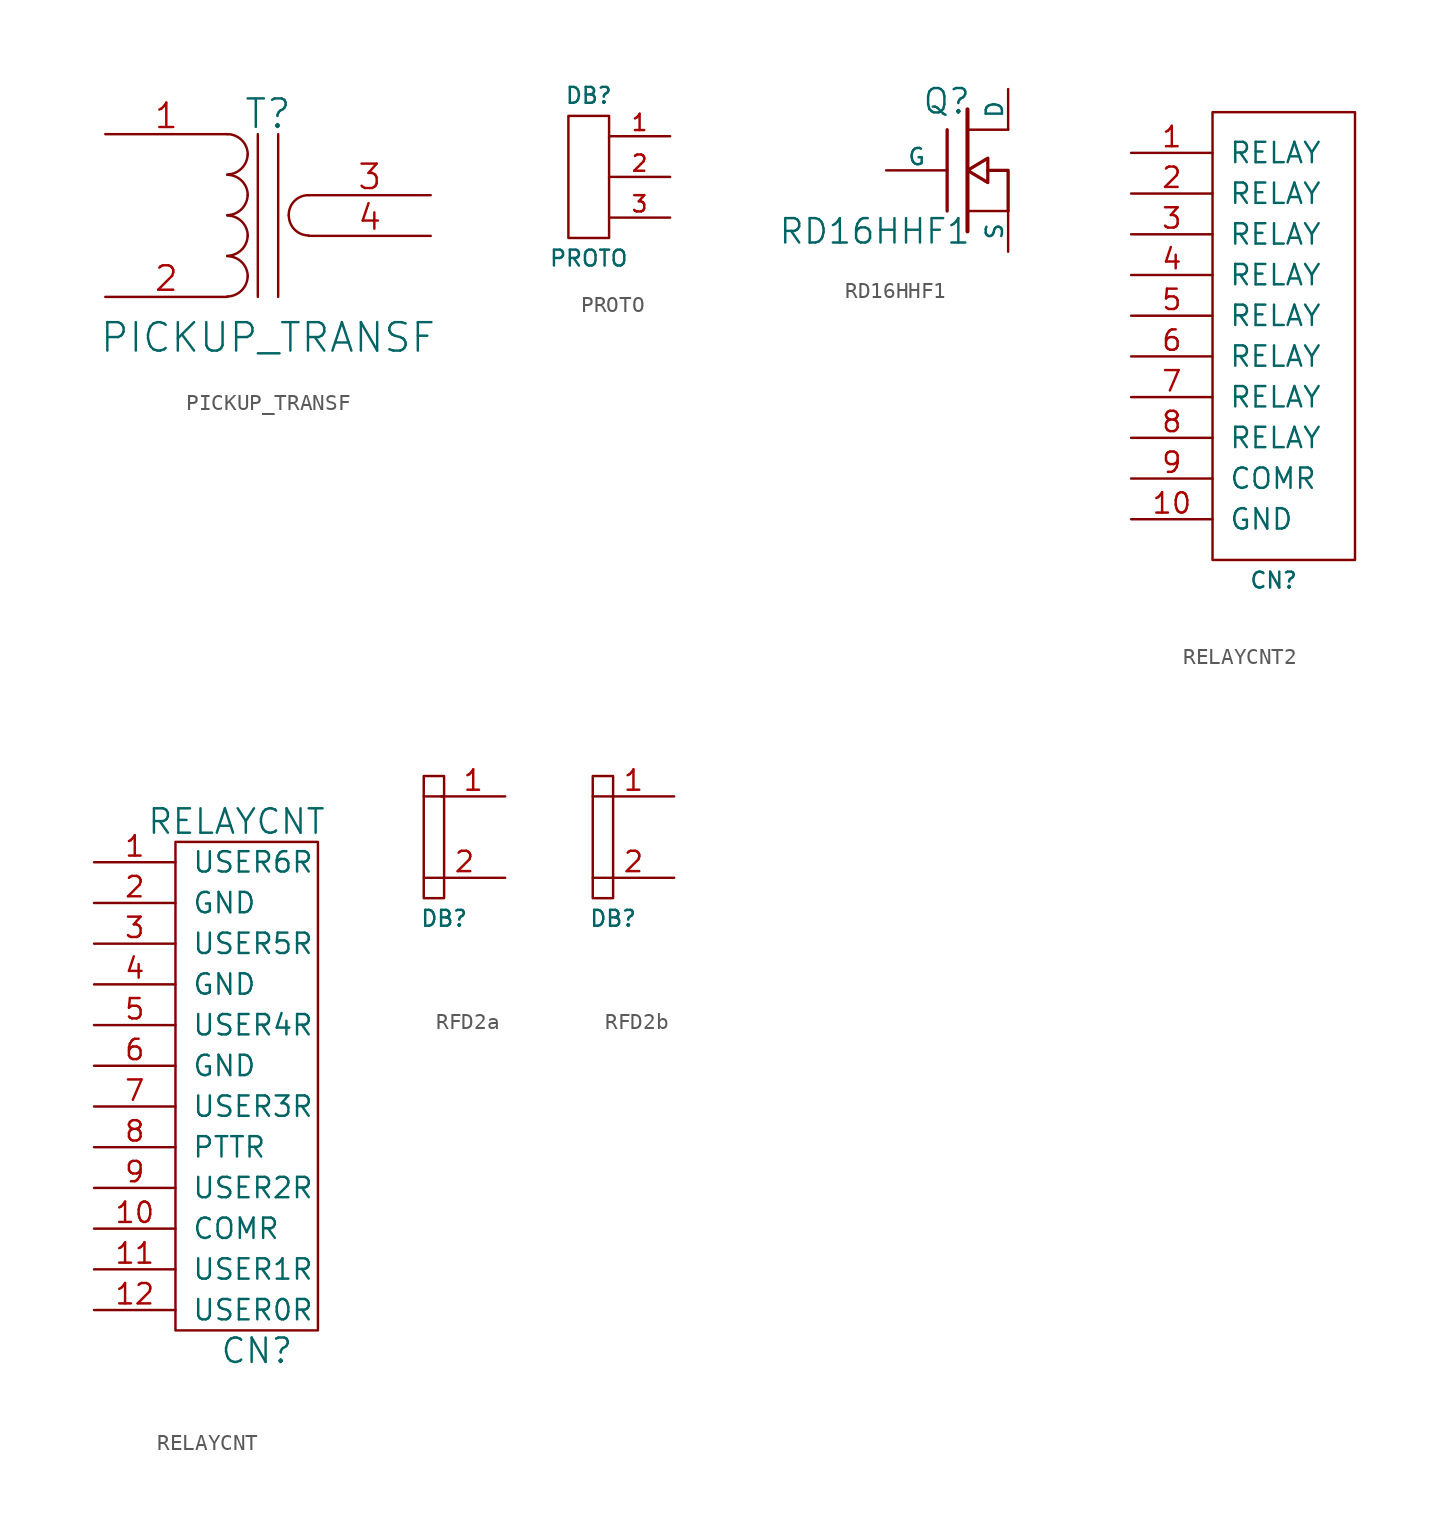
<source format=kicad_sym>
(kicad_symbol_lib
  (version 20220914)
  (generator kicad_symbol_editor)
  (symbol "PICKUP_TRANSF"
    (pin_names
      (offset 1.016) hide)
    (property "Reference" "T"
      (at 0 6.35 0)
      (effects (font (size 1.778 1.778))))
    (property "Value" "PICKUP_TRANSF"
      (at 0 -7.62 0)
      (effects (font (size 1.778 1.778))))
    (property "Footprint" ""
      (at 0 0 0)
      (effects (font (size 1.524 1.524))))
    (property "Datasheet" ""
      (at 0 0 0)
      (effects (font (size 1.524 1.524))))
    (symbol "PICKUP_TRANSF_0_1"
      (arc (start -2.54 -5.0546) (mid -1.6599 -4.6901) (end -1.27 -3.81) (stroke (width 0) (type solid)) (fill (type none)))
      (arc (start -2.54 -2.5146) (mid -1.6599 -2.1501) (end -1.27 -1.27) (stroke (width 0) (type solid)) (fill (type none)))
      (arc (start -2.54 0.0254) (mid -1.6599 0.3899) (end -1.27 1.27) (stroke (width 0) (type solid)) (fill (type none)))
      (arc (start -2.54 2.5654) (mid -1.6599 2.9299) (end -1.27 3.81) (stroke (width 0) (type solid)) (fill (type none)))
      (arc (start -1.27 -3.81) (mid -1.642 -2.912) (end -2.54 -2.54) (stroke (width 0) (type solid)) (fill (type none)))
      (arc (start -1.27 -1.27) (mid -1.642 -0.372) (end -2.54 0) (stroke (width 0) (type solid)) (fill (type none)))
      (arc (start -1.27 1.27) (mid -1.642 2.168) (end -2.54 2.54) (stroke (width 0) (type solid)) (fill (type none)))
      (arc (start -1.27 3.81) (mid -1.642 4.708) (end -2.54 5.08) (stroke (width 0) (type solid)) (fill (type none)))
      (polyline (pts (xy -0.635 5.08) (xy -0.635 -5.08)) (stroke (width 0) (type solid)) (fill (type none)))
      (polyline (pts (xy 0.635 -5.08) (xy 0.635 5.08)) (stroke (width 0) (type solid)) (fill (type none)))
      (arc (start 1.2954 0) (mid 1.6599 -0.8801) (end 2.54 -1.2446) (stroke (width 0) (type solid)) (fill (type none)))
      (arc (start 2.54 1.27) (mid 1.642 0.898) (end 1.2954 0) (stroke (width 0) (type solid)) (fill (type none))))
    (symbol "PICKUP_TRANSF_1_1"
      (pin passive line (at -10.16 5.08 0) (length 7.62) (name "AA" (effects (font (size 1.524 1.524)))) (number "1" (effects (font (size 1.524 1.524)))))
      (pin passive line (at -10.16 -5.08 0) (length 7.62) (name "AB" (effects (font (size 1.524 1.524)))) (number "2" (effects (font (size 1.524 1.524)))))
      (pin passive line (at 10.16 1.27 180) (length 7.62) (name "SB" (effects (font (size 1.524 1.524)))) (number "3" (effects (font (size 1.524 1.524)))))
      (pin passive line (at 10.16 -1.27 180) (length 7.62) (name "SA" (effects (font (size 1.524 1.524)))) (number "4" (effects (font (size 1.524 1.524)))))))
  (symbol "PROTO"
    (pin_names
      (offset 1.016))
    (property "Reference" "DB"
      (at -1.27 8.89 0)
      (effects (font (size 0.991 0.991))))
    (property "Value" "PROTO"
      (at -1.27 -1.27 0)
      (effects (font (size 0.991 0.991))))
    (symbol "PROTO_0_1"
      (rectangle (start -2.54 7.62) (end 0 0) (stroke (width 0) (type solid)) (fill (type none))))
    (symbol "PROTO_1_1"
      (pin passive line (at 3.81 6.35 180) (length 3.81) (name "~" (effects (font (size 1.016 1.016)))) (number "1" (effects (font (size 1.016 1.016)))))
      (pin passive line (at 3.81 3.81 180) (length 3.81) (name "~" (effects (font (size 1.016 1.016)))) (number "2" (effects (font (size 1.016 1.016)))))
      (pin passive line (at 3.81 1.27 180) (length 3.81) (name "~" (effects (font (size 1.016 1.016)))) (number "3" (effects (font (size 1.016 1.016)))))))
  (symbol "RD16HHF1"
    (pin_numbers hide)
    (pin_names
      (offset 0))
    (property "Reference" "Q"
      (at 0.254 4.318 0)
      (effects (font (size 1.524 1.524)) (justify right)))
    (property "Value" "RD16HHF1"
      (at 0.254 -3.81 0)
      (effects (font (size 1.524 1.524)) (justify right)))
    (property "Footprint" ""
      (at 0 0 0)
      (effects (font (size 1.524 1.524))))
    (property "Datasheet" ""
      (at 0 0 0)
      (effects (font (size 1.524 1.524))))
    (symbol "RD16HHF1_0_1"
      (polyline (pts (xy -1.27 -2.54) (xy -1.27 2.54)) (stroke (width 0.203) (type solid)) (fill (type none)))
      (polyline (pts (xy 0 -3.81) (xy 0 3.81)) (stroke (width 0.254) (type solid)) (fill (type none)))
      (polyline (pts (xy 2.54 -2.54) (xy 0 -2.54)) (stroke (width 0) (type solid)) (fill (type none)))
      (polyline (pts (xy 2.54 2.54) (xy 0 2.54)) (stroke (width 0) (type solid)) (fill (type none)))
      (polyline (pts (xy 2.54 -2.54) (xy 2.54 0) (xy 1.27 0)) (stroke (width 0.203) (type solid)) (fill (type none)))
      (polyline (pts (xy 1.27 0.762) (xy 1.27 -0.762) (xy 0 0) (xy 1.27 0.762) (xy 1.27 0.762)) (stroke (width 0.203) (type solid)) (fill (type none))))
    (symbol "RD16HHF1_1_1"
      (pin input line (at -5.08 0 0) (length 3.81) (name "G" (effects (font (size 1.016 1.016)))) (number "1" (effects (font (size 1.016 1.016)))))
      (pin passive line (at 2.54 -5.08 90) (length 2.54) (name "S" (effects (font (size 1.016 1.016)))) (number "2" (effects (font (size 1.016 1.016)))))
      (pin passive line (at 2.54 5.08 270) (length 2.54) (name "D" (effects (font (size 1.016 1.016)))) (number "3" (effects (font (size 1.016 1.016)))))))
  (symbol "RELAYCNT2"
    (pin_names
      (offset 1.016))
    (property "Reference" "CN"
      (at 3.81 -1.27 0)
      (effects (font (size 0.991 0.991))))
    (property "Footprint" ""
      (at 0 0 0)
      (effects (font (size 1.524 1.524))))
    (property "Datasheet" ""
      (at 0 0 0)
      (effects (font (size 1.524 1.524))))
    (symbol "RELAYCNT2_0_1"
      (rectangle (start 0 27.94) (end 8.89 0) (stroke (width 0) (type solid)) (fill (type none))))
    (symbol "RELAYCNT2_1_1"
      (pin input line (at -5.08 25.4 0) (length 5.08) (name "RELAY" (effects (font (size 1.27 1.27)))) (number "1" (effects (font (size 1.27 1.27)))))
      (pin input line (at -5.08 2.54 0) (length 5.08) (name "GND" (effects (font (size 1.27 1.27)))) (number "10" (effects (font (size 1.27 1.27)))))
      (pin input line (at -5.08 22.86 0) (length 5.08) (name "RELAY" (effects (font (size 1.27 1.27)))) (number "2" (effects (font (size 1.27 1.27)))))
      (pin input line (at -5.08 20.32 0) (length 5.08) (name "RELAY" (effects (font (size 1.27 1.27)))) (number "3" (effects (font (size 1.27 1.27)))))
      (pin input line (at -5.08 17.78 0) (length 5.08) (name "RELAY" (effects (font (size 1.27 1.27)))) (number "4" (effects (font (size 1.27 1.27)))))
      (pin input line (at -5.08 15.24 0) (length 5.08) (name "RELAY" (effects (font (size 1.27 1.27)))) (number "5" (effects (font (size 1.27 1.27)))))
      (pin input line (at -5.08 12.7 0) (length 5.08) (name "RELAY" (effects (font (size 1.27 1.27)))) (number "6" (effects (font (size 1.27 1.27)))))
      (pin input line (at -5.08 10.16 0) (length 5.08) (name "RELAY" (effects (font (size 1.27 1.27)))) (number "7" (effects (font (size 1.27 1.27)))))
      (pin input line (at -5.08 7.62 0) (length 5.08) (name "RELAY" (effects (font (size 1.27 1.27)))) (number "8" (effects (font (size 1.27 1.27)))))
      (pin input line (at -5.08 5.08 0) (length 5.08) (name "COMR" (effects (font (size 1.27 1.27)))) (number "9" (effects (font (size 1.27 1.27)))))))
  (symbol "RELAYCNT"
    (pin_names
      (offset 1.016))
    (property "Reference" "CN"
      (at 5.08 -16.51 0)
      (effects (font (size 1.524 1.524))))
    (property "Value" "RELAYCNT"
      (at 3.81 16.51 0)
      (effects (font (size 1.524 1.524))))
    (property "Footprint" ""
      (at 0 3.81 0)
      (effects (font (size 1.524 1.524))))
    (property "Datasheet" ""
      (at 0 3.81 0)
      (effects (font (size 1.524 1.524))))
    (symbol "RELAYCNT_0_1"
      (rectangle (start 8.89 -15.24) (end 0 15.24) (stroke (width 0) (type solid)) (fill (type none))))
    (symbol "RELAYCNT_1_1"
      (pin input line (at -5.08 13.97 0) (length 5.08) (name "USER6R" (effects (font (size 1.27 1.27)))) (number "1" (effects (font (size 1.27 1.27)))))
      (pin input line (at -5.08 -8.89 0) (length 5.08) (name "COMR" (effects (font (size 1.27 1.27)))) (number "10" (effects (font (size 1.27 1.27)))))
      (pin input line (at -5.08 -11.43 0) (length 5.08) (name "USER1R" (effects (font (size 1.27 1.27)))) (number "11" (effects (font (size 1.27 1.27)))))
      (pin input line (at -5.08 -13.97 0) (length 5.08) (name "USER0R" (effects (font (size 1.27 1.27)))) (number "12" (effects (font (size 1.27 1.27)))))
      (pin input line (at -5.08 11.43 0) (length 5.08) (name "GND" (effects (font (size 1.27 1.27)))) (number "2" (effects (font (size 1.27 1.27)))))
      (pin input line (at -5.08 8.89 0) (length 5.08) (name "USER5R" (effects (font (size 1.27 1.27)))) (number "3" (effects (font (size 1.27 1.27)))))
      (pin input line (at -5.08 6.35 0) (length 5.08) (name "GND" (effects (font (size 1.27 1.27)))) (number "4" (effects (font (size 1.27 1.27)))))
      (pin input line (at -5.08 3.81 0) (length 5.08) (name "USER4R" (effects (font (size 1.27 1.27)))) (number "5" (effects (font (size 1.27 1.27)))))
      (pin input line (at -5.08 1.27 0) (length 5.08) (name "GND" (effects (font (size 1.27 1.27)))) (number "6" (effects (font (size 1.27 1.27)))))
      (pin input line (at -5.08 -1.27 0) (length 5.08) (name "USER3R" (effects (font (size 1.27 1.27)))) (number "7" (effects (font (size 1.27 1.27)))))
      (pin input line (at -5.08 -3.81 0) (length 5.08) (name "PTTR" (effects (font (size 1.27 1.27)))) (number "8" (effects (font (size 1.27 1.27)))))
      (pin input line (at -5.08 -6.35 0) (length 5.08) (name "USER2R" (effects (font (size 1.27 1.27)))) (number "9" (effects (font (size 1.27 1.27)))))))
  (symbol "RFD2a"
    (pin_names
      (offset 1.016))
    (property "Reference" "DB"
      (at -1.27 -5.08 0)
      (effects (font (size 0.991 0.991))))
    (property "Footprint" ""
      (at 0 -8.89 0)
      (effects (font (size 1.524 1.524))))
    (property "Datasheet" ""
      (at 0 -8.89 0)
      (effects (font (size 1.524 1.524))))
    (symbol "RFD2a_0_1"
      (rectangle (start -2.54 3.81) (end -1.27 -3.81) (stroke (width 0) (type solid)) (fill (type none)))
      (polyline (pts (xy -2.54 2.54) (xy -1.27 2.54)) (stroke (width 0) (type solid)) (fill (type none))))
    (symbol "RFD2a_1_1"
      (pin input line (at 2.54 2.54 180) (length 3.988) (name "~" (effects (font (size 1.27 1.27)))) (number "1" (effects (font (size 1.27 1.27)))))
      (pin input line (at 2.54 -2.54 180) (length 5.08) (name "~" (effects (font (size 1.27 1.27)))) (number "2" (effects (font (size 1.27 1.27)))))))
  (symbol "RFD2b"
    (pin_names
      (offset 1.016))
    (property "Reference" "DB"
      (at -1.27 -5.08 0)
      (effects (font (size 0.991 0.991))))
    (property "Footprint" ""
      (at 0 -8.89 0)
      (effects (font (size 1.524 1.524))))
    (property "Datasheet" ""
      (at 0 -8.89 0)
      (effects (font (size 1.524 1.524))))
    (symbol "RFD2b_0_1"
      (rectangle (start -2.54 3.81) (end -1.27 -3.81) (stroke (width 0) (type solid)) (fill (type none))))
    (symbol "RFD2b_1_1"
      (pin input line (at 2.54 2.54 180) (length 5.08) (name "~" (effects (font (size 1.27 1.27)))) (number "1" (effects (font (size 1.27 1.27)))))
      (pin input line (at 2.54 -2.54 180) (length 5.08) (name "~" (effects (font (size 1.27 1.27)))) (number "2" (effects (font (size 1.27 1.27))))))))
</source>
